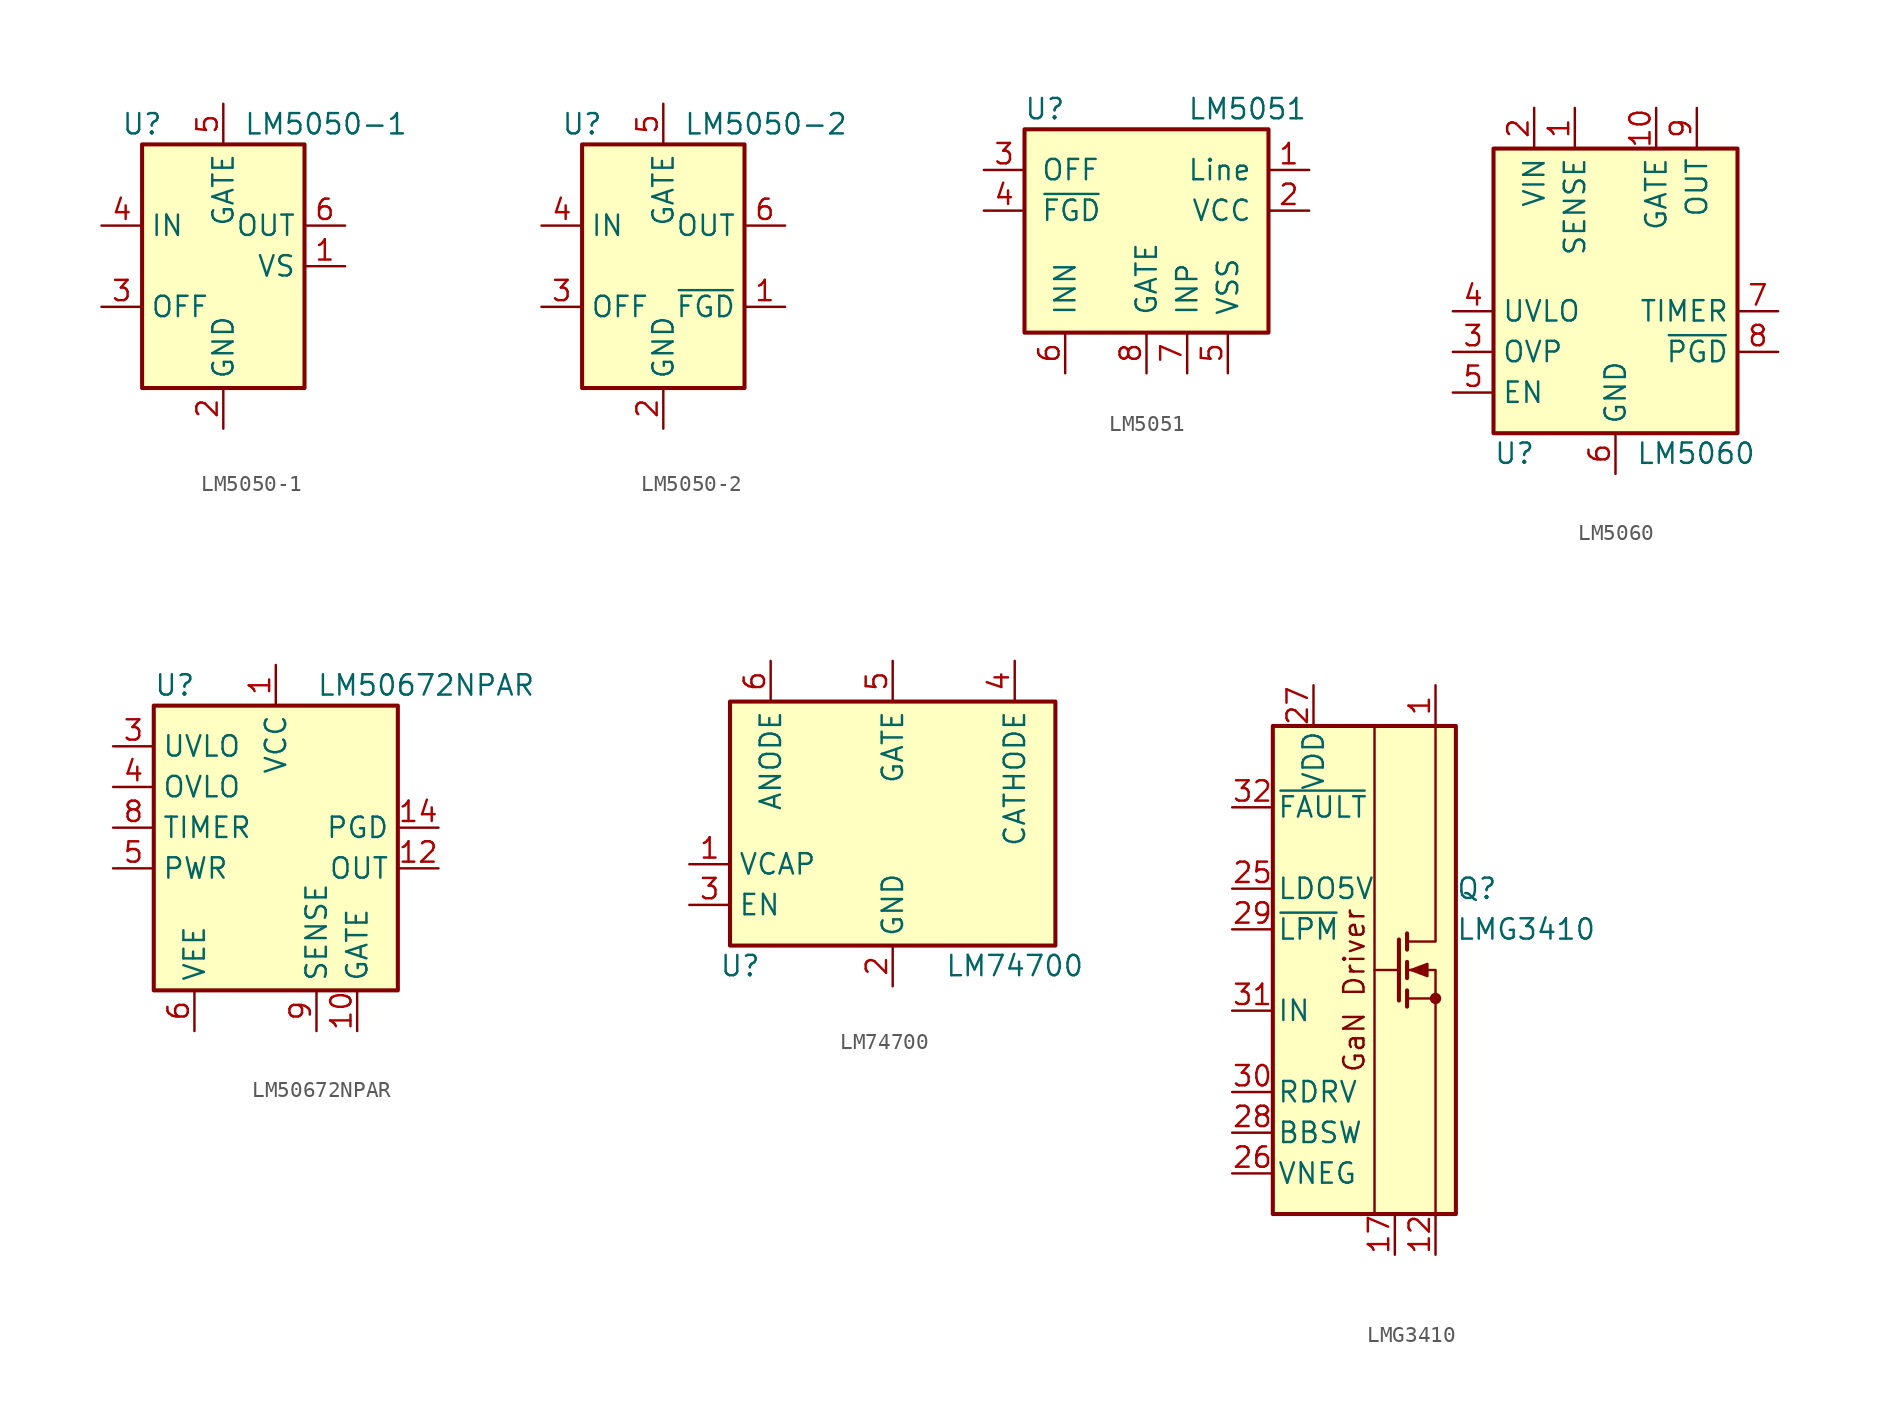
<source format=kicad_sym>
(kicad_symbol_lib
  (version 20241209)
  (generator "kicad_symbol_editor")
  (generator_version "9.0")
  (symbol "LM5050-1"
    (property "Reference" "U"
      (at -5.08 8.89 0)
      (effects (font (size 1.27 1.27))))
    (property "Value" "LM5050-1"
      (at 1.27 8.89 0)
      (effects (font (size 1.27 1.27)) (justify left)))
    (symbol "LM5050-1_0_1"
      (rectangle (start -5.08 7.62) (end 5.08 -7.62) (stroke (width 0.254) (type default)) (fill (type background))))
    (symbol "LM5050-1_1_1"
      (pin input line (at -7.62 2.54 0) (length 2.54) (name "IN" (effects (font (size 1.27 1.27)))) (number "4" (effects (font (size 1.27 1.27)))))
      (pin input line (at -7.62 -2.54 0) (length 2.54) (name "OFF" (effects (font (size 1.27 1.27)))) (number "3" (effects (font (size 1.27 1.27)))))
      (pin output line (at 0 10.16 270) (length 2.54) (name "GATE" (effects (font (size 1.27 1.27)))) (number "5" (effects (font (size 1.27 1.27)))))
      (pin power_in line (at 0 -10.16 90) (length 2.54) (name "GND" (effects (font (size 1.27 1.27)))) (number "2" (effects (font (size 1.27 1.27)))))
      (pin input line (at 7.62 2.54 180) (length 2.54) (name "OUT" (effects (font (size 1.27 1.27)))) (number "6" (effects (font (size 1.27 1.27)))))
      (pin passive line (at 7.62 0 180) (length 2.54) (name "VS" (effects (font (size 1.27 1.27)))) (number "1" (effects (font (size 1.27 1.27)))))))
  (symbol "LM5050-2"
    (property "Reference" "U"
      (at -5.08 8.89 0)
      (effects (font (size 1.27 1.27))))
    (property "Value" "LM5050-2"
      (at 1.27 8.89 0)
      (effects (font (size 1.27 1.27)) (justify left)))
    (symbol "LM5050-2_0_1"
      (rectangle (start -5.08 7.62) (end 5.08 -7.62) (stroke (width 0.254) (type default)) (fill (type background))))
    (symbol "LM5050-2_1_1"
      (pin input line (at -7.62 2.54 0) (length 2.54) (name "IN" (effects (font (size 1.27 1.27)))) (number "4" (effects (font (size 1.27 1.27)))))
      (pin input line (at -7.62 -2.54 0) (length 2.54) (name "OFF" (effects (font (size 1.27 1.27)))) (number "3" (effects (font (size 1.27 1.27)))))
      (pin output line (at 0 10.16 270) (length 2.54) (name "GATE" (effects (font (size 1.27 1.27)))) (number "5" (effects (font (size 1.27 1.27)))))
      (pin power_in line (at 0 -10.16 90) (length 2.54) (name "GND" (effects (font (size 1.27 1.27)))) (number "2" (effects (font (size 1.27 1.27)))))
      (pin input line (at 7.62 2.54 180) (length 2.54) (name "OUT" (effects (font (size 1.27 1.27)))) (number "6" (effects (font (size 1.27 1.27)))))
      (pin open_collector line (at 7.62 -2.54 180) (length 2.54) (name "~{FGD}" (effects (font (size 1.27 1.27)))) (number "1" (effects (font (size 1.27 1.27)))))))
  (symbol "LM5051"
    (pin_names
      (offset 1.016))
    (property "Reference" "U"
      (at -6.35 6.35 0)
      (effects (font (size 1.27 1.27))))
    (property "Value" "LM5051"
      (at 2.54 6.35 0)
      (effects (font (size 1.27 1.27)) (justify left)))
    (symbol "LM5051_0_1"
      (rectangle (start -7.62 5.08) (end 7.62 -7.62) (stroke (width 0.254) (type default)) (fill (type background))))
    (symbol "LM5051_1_1"
      (pin input line (at -10.16 2.54 0) (length 2.54) (name "OFF" (effects (font (size 1.27 1.27)))) (number "3" (effects (font (size 1.27 1.27)))))
      (pin open_collector line (at -10.16 0 0) (length 2.54) (name "~{FGD}" (effects (font (size 1.27 1.27)))) (number "4" (effects (font (size 1.27 1.27)))))
      (pin input line (at -5.08 -10.16 90) (length 2.54) (name "INN" (effects (font (size 1.27 1.27)))) (number "6" (effects (font (size 1.27 1.27)))))
      (pin output line (at 0 -10.16 90) (length 2.54) (name "GATE" (effects (font (size 1.27 1.27)))) (number "8" (effects (font (size 1.27 1.27)))))
      (pin power_in line (at 2.54 -10.16 90) (length 2.54) (name "INP" (effects (font (size 1.27 1.27)))) (number "7" (effects (font (size 1.27 1.27)))))
      (pin power_in line (at 5.08 -10.16 90) (length 2.54) (name "VSS" (effects (font (size 1.27 1.27)))) (number "5" (effects (font (size 1.27 1.27)))))
      (pin power_in line (at 10.16 2.54 180) (length 2.54) (name "Line" (effects (font (size 1.27 1.27)))) (number "1" (effects (font (size 1.27 1.27)))))
      (pin passive line (at 10.16 0 180) (length 2.54) (name "VCC" (effects (font (size 1.27 1.27)))) (number "2" (effects (font (size 1.27 1.27)))))))
  (symbol "LM5060"
    (property "Reference" "U"
      (at -7.62 -11.43 0)
      (effects (font (size 1.27 1.27)) (justify left)))
    (property "Value" "LM5060"
      (at 1.27 -11.43 0)
      (effects (font (size 1.27 1.27)) (justify left)))
    (symbol "LM5060_0_1"
      (rectangle (start 7.62 7.62) (end -7.62 -10.16) (stroke (width 0.254) (type default)) (fill (type background))))
    (symbol "LM5060_1_0"
      (pin power_in line (at 0 -12.7 90) (length 2.54) (name "GND" (effects (font (size 1.27 1.27)))) (number "6" (effects (font (size 1.27 1.27))))))
    (symbol "LM5060_1_1"
      (pin input line (at -10.16 -2.54 0) (length 2.54) (name "UVLO" (effects (font (size 1.27 1.27)))) (number "4" (effects (font (size 1.27 1.27)))))
      (pin input line (at -10.16 -5.08 0) (length 2.54) (name "OVP" (effects (font (size 1.27 1.27)))) (number "3" (effects (font (size 1.27 1.27)))))
      (pin input line (at -10.16 -7.62 0) (length 2.54) (name "EN" (effects (font (size 1.27 1.27)))) (number "5" (effects (font (size 1.27 1.27)))))
      (pin power_in line (at -5.08 10.16 270) (length 2.54) (name "VIN" (effects (font (size 1.27 1.27)))) (number "2" (effects (font (size 1.27 1.27)))))
      (pin input line (at -2.54 10.16 270) (length 2.54) (name "SENSE" (effects (font (size 1.27 1.27)))) (number "1" (effects (font (size 1.27 1.27)))))
      (pin output line (at 2.54 10.16 270) (length 2.54) (name "GATE" (effects (font (size 1.27 1.27)))) (number "10" (effects (font (size 1.27 1.27)))))
      (pin input line (at 5.08 10.16 270) (length 2.54) (name "OUT" (effects (font (size 1.27 1.27)))) (number "9" (effects (font (size 1.27 1.27)))))
      (pin input line (at 10.16 -2.54 180) (length 2.54) (name "TIMER" (effects (font (size 1.27 1.27)))) (number "7" (effects (font (size 1.27 1.27)))))
      (pin open_collector line (at 10.16 -5.08 180) (length 2.54) (name "~{PGD}" (effects (font (size 1.27 1.27)))) (number "8" (effects (font (size 1.27 1.27)))))))
  (symbol "LM50672NPAR"
    (property "Reference" "U"
      (at -7.62 8.89 0)
      (effects (font (size 1.27 1.27)) (justify left)))
    (property "Value" "LM50672NPAR"
      (at 2.54 8.89 0)
      (effects (font (size 1.27 1.27)) (justify left)))
    (symbol "LM50672NPAR_0_1"
      (rectangle (start -7.62 7.62) (end 7.62 -10.16) (stroke (width 0.254) (type default)) (fill (type background))))
    (symbol "LM50672NPAR_1_0"
      (pin power_in line (at -5.08 -12.7 90) (length 2.54) (name "VEE" (effects (font (size 1.27 1.27)))) (number "6" (effects (font (size 1.27 1.27))))))
    (symbol "LM50672NPAR_1_1"
      (pin input line (at -10.16 5.08 0) (length 2.54) (name "UVLO" (effects (font (size 1.27 1.27)))) (number "3" (effects (font (size 1.27 1.27)))))
      (pin input line (at -10.16 2.54 0) (length 2.54) (name "OVLO" (effects (font (size 1.27 1.27)))) (number "4" (effects (font (size 1.27 1.27)))))
      (pin input line (at -10.16 0 0) (length 2.54) (name "TIMER" (effects (font (size 1.27 1.27)))) (number "8" (effects (font (size 1.27 1.27)))))
      (pin input line (at -10.16 -2.54 0) (length 2.54) (name "PWR" (effects (font (size 1.27 1.27)))) (number "5" (effects (font (size 1.27 1.27)))))
      (pin power_in line (at 0 10.16 270) (length 2.54) (name "VCC" (effects (font (size 1.27 1.27)))) (number "1" (effects (font (size 1.27 1.27)))))
      (pin input line (at 2.54 -12.7 90) (length 2.54) (name "SENSE" (effects (font (size 1.27 1.27)))) (number "9" (effects (font (size 1.27 1.27)))))
      (pin output line (at 5.08 -12.7 90) (length 2.54) (name "GATE" (effects (font (size 1.27 1.27)))) (number "10" (effects (font (size 1.27 1.27)))))
      (pin open_collector line (at 10.16 0 180) (length 2.54) (name "PGD" (effects (font (size 1.27 1.27)))) (number "14" (effects (font (size 1.27 1.27)))))
      (pin input line (at 10.16 -2.54 180) (length 2.54) (name "OUT" (effects (font (size 1.27 1.27)))) (number "12" (effects (font (size 1.27 1.27)))))))
  (symbol "LM74700"
    (property "Reference" "U"
      (at -9.525 -8.89 0)
      (effects (font (size 1.27 1.27))))
    (property "Value" "LM74700"
      (at 7.62 -8.89 0)
      (effects (font (size 1.27 1.27))))
    (symbol "LM74700_0_1"
      (rectangle (start -10.16 7.62) (end 10.16 -7.62) (stroke (width 0.254) (type default)) (fill (type background))))
    (symbol "LM74700_1_1"
      (pin passive line (at -12.7 -2.54 0) (length 2.54) (name "VCAP" (effects (font (size 1.27 1.27)))) (number "1" (effects (font (size 1.27 1.27)))))
      (pin input line (at -12.7 -5.08 0) (length 2.54) (name "EN" (effects (font (size 1.27 1.27)))) (number "3" (effects (font (size 1.27 1.27)))))
      (pin power_in line (at -7.62 10.16 270) (length 2.54) (name "ANODE" (effects (font (size 1.27 1.27)))) (number "6" (effects (font (size 1.27 1.27)))))
      (pin output line (at 0 10.16 270) (length 2.54) (name "GATE" (effects (font (size 1.27 1.27)))) (number "5" (effects (font (size 1.27 1.27)))))
      (pin power_in line (at 0 -10.16 90) (length 2.54) (name "GND" (effects (font (size 1.27 1.27)))) (number "2" (effects (font (size 1.27 1.27)))))
      (pin input line (at 7.62 10.16 270) (length 2.54) (name "CATHODE" (effects (font (size 1.27 1.27)))) (number "4" (effects (font (size 1.27 1.27)))))))
  (symbol "LMG3410"
    (pin_names
      (offset 0.254))
    (property "Reference" "Q"
      (at 6.35 5.08 0)
      (effects (font (size 1.27 1.27)) (justify left)))
    (property "Value" "LMG3410"
      (at 6.35 2.54 0)
      (effects (font (size 1.27 1.27)) (justify left)))
    (symbol "LMG3410_0_1"
      (rectangle (start -5.08 15.24) (end 6.35 -15.24) (stroke (width 0.254) (type default)) (fill (type background)))
      (polyline (pts (xy 1.27 15.24) (xy 1.27 -15.24)) (stroke (width 0) (type default)) (fill (type none)))
      (polyline (pts (xy 1.27 0) (xy 2.794 0)) (stroke (width 0) (type default)) (fill (type none)))
      (polyline (pts (xy 2.794 1.905) (xy 2.794 -1.905) (xy 2.794 -1.905)) (stroke (width 0.254) (type default)) (fill (type none)))
      (polyline (pts (xy 3.302 2.286) (xy 3.302 1.27)) (stroke (width 0.254) (type default)) (fill (type none)))
      (polyline (pts (xy 3.302 0.508) (xy 3.302 -0.508)) (stroke (width 0.254) (type default)) (fill (type none)))
      (polyline (pts (xy 3.302 0) (xy 5.08 0) (xy 5.08 -15.24)) (stroke (width 0) (type default)) (fill (type none)))
      (polyline (pts (xy 3.302 -1.27) (xy 3.302 -2.286)) (stroke (width 0.254) (type default)) (fill (type none)))
      (polyline (pts (xy 3.302 -1.778) (xy 5.08 -1.778)) (stroke (width 0) (type default)) (fill (type none)))
      (polyline (pts (xy 3.556 0) (xy 4.572 0.381) (xy 4.572 -0.381) (xy 3.556 0)) (stroke (width 0) (type default)) (fill (type outline)))
      (polyline (pts (xy 5.08 15.24) (xy 5.08 1.778) (xy 3.302 1.778)) (stroke (width 0) (type default)) (fill (type none)))
      (circle (center 5.08 -1.778) (radius 0.279) (stroke (width 0) (type default)) (fill (type outline))))
    (symbol "LMG3410_1_0"
      (text "GaN Driver" (at 0 -1.27 900) (effects (font (size 1.27 1.27)))))
    (symbol "LMG3410_1_1"
      (pin output line (at -7.62 10.16 0) (length 2.54) (name "~{FAULT}" (effects (font (size 1.27 1.27)))) (number "32" (effects (font (size 1.27 1.27)))))
      (pin power_out line (at -7.62 5.08 0) (length 2.54) (name "LDO5V" (effects (font (size 1.27 1.27)))) (number "25" (effects (font (size 1.27 1.27)))))
      (pin input line (at -7.62 2.54 0) (length 2.54) (name "~{LPM}" (effects (font (size 1.27 1.27)))) (number "29" (effects (font (size 1.27 1.27)))))
      (pin input line (at -7.62 -2.54 0) (length 2.54) (name "IN" (effects (font (size 1.27 1.27)))) (number "31" (effects (font (size 1.27 1.27)))))
      (pin passive line (at -7.62 -7.62 0) (length 2.54) (name "RDRV" (effects (font (size 1.27 1.27)))) (number "30" (effects (font (size 1.27 1.27)))))
      (pin passive line (at -7.62 -10.16 0) (length 2.54) (name "BBSW" (effects (font (size 1.27 1.27)))) (number "28" (effects (font (size 1.27 1.27)))))
      (pin power_in line (at -7.62 -12.7 0) (length 2.54) (name "VNEG" (effects (font (size 1.27 1.27)))) (number "26" (effects (font (size 1.27 1.27)))))
      (pin power_in line (at -2.54 17.78 270) (length 2.54) (name "VDD" (effects (font (size 1.27 1.27)))) (number "27" (effects (font (size 1.27 1.27)))))
      (pin passive line (at 2.54 -17.78 90) (length 2.54) (name "~" (effects (font (size 1.27 1.27)))) (number "17" (effects (font (size 1.27 1.27)))))
      (pin passive line (at 5.08 17.78 270) (length 2.54) (name "~" (effects (font (size 1.27 1.27)))) (number "1" (effects (font (size 1.27 1.27)))))
      (pin passive line (at 5.08 17.78 270) (length 2.54) (hide yes) (name "~" (effects (font (size 1.27 1.27)))) (number "10" (effects (font (size 1.27 1.27)))))
      (pin passive line (at 5.08 17.78 270) (length 2.54) (hide yes) (name "~" (effects (font (size 1.27 1.27)))) (number "11" (effects (font (size 1.27 1.27)))))
      (pin passive line (at 5.08 17.78 270) (length 2.54) (hide yes) (name "~" (effects (font (size 1.27 1.27)))) (number "2" (effects (font (size 1.27 1.27)))))
      (pin passive line (at 5.08 17.78 270) (length 2.54) (hide yes) (name "~" (effects (font (size 1.27 1.27)))) (number "3" (effects (font (size 1.27 1.27)))))
      (pin passive line (at 5.08 17.78 270) (length 2.54) (hide yes) (name "~" (effects (font (size 1.27 1.27)))) (number "4" (effects (font (size 1.27 1.27)))))
      (pin passive line (at 5.08 17.78 270) (length 2.54) (hide yes) (name "~" (effects (font (size 1.27 1.27)))) (number "5" (effects (font (size 1.27 1.27)))))
      (pin passive line (at 5.08 17.78 270) (length 2.54) (hide yes) (name "~" (effects (font (size 1.27 1.27)))) (number "6" (effects (font (size 1.27 1.27)))))
      (pin passive line (at 5.08 17.78 270) (length 2.54) (hide yes) (name "~" (effects (font (size 1.27 1.27)))) (number "7" (effects (font (size 1.27 1.27)))))
      (pin passive line (at 5.08 17.78 270) (length 2.54) (hide yes) (name "~" (effects (font (size 1.27 1.27)))) (number "8" (effects (font (size 1.27 1.27)))))
      (pin passive line (at 5.08 17.78 270) (length 2.54) (hide yes) (name "~" (effects (font (size 1.27 1.27)))) (number "9" (effects (font (size 1.27 1.27)))))
      (pin passive line (at 5.08 -17.78 90) (length 2.54) (name "~" (effects (font (size 1.27 1.27)))) (number "12" (effects (font (size 1.27 1.27)))))
      (pin passive line (at 5.08 -17.78 90) (length 2.54) (hide yes) (name "~" (effects (font (size 1.27 1.27)))) (number "13" (effects (font (size 1.27 1.27)))))
      (pin passive line (at 5.08 -17.78 90) (length 2.54) (hide yes) (name "~" (effects (font (size 1.27 1.27)))) (number "14" (effects (font (size 1.27 1.27)))))
      (pin passive line (at 5.08 -17.78 90) (length 2.54) (hide yes) (name "~" (effects (font (size 1.27 1.27)))) (number "15" (effects (font (size 1.27 1.27)))))
      (pin passive line (at 5.08 -17.78 90) (length 2.54) (hide yes) (name "~" (effects (font (size 1.27 1.27)))) (number "16" (effects (font (size 1.27 1.27)))))
      (pin passive line (at 5.08 -17.78 90) (length 2.54) (hide yes) (name "~" (effects (font (size 1.27 1.27)))) (number "18" (effects (font (size 1.27 1.27)))))
      (pin passive line (at 5.08 -17.78 90) (length 2.54) (hide yes) (name "~" (effects (font (size 1.27 1.27)))) (number "19" (effects (font (size 1.27 1.27)))))
      (pin passive line (at 5.08 -17.78 90) (length 2.54) (hide yes) (name "~" (effects (font (size 1.27 1.27)))) (number "20" (effects (font (size 1.27 1.27)))))
      (pin passive line (at 5.08 -17.78 90) (length 2.54) (hide yes) (name "~" (effects (font (size 1.27 1.27)))) (number "21" (effects (font (size 1.27 1.27)))))
      (pin passive line (at 5.08 -17.78 90) (length 2.54) (hide yes) (name "~" (effects (font (size 1.27 1.27)))) (number "22" (effects (font (size 1.27 1.27)))))
      (pin passive line (at 5.08 -17.78 90) (length 2.54) (hide yes) (name "~" (effects (font (size 1.27 1.27)))) (number "23" (effects (font (size 1.27 1.27)))))
      (pin passive line (at 5.08 -17.78 90) (length 2.54) (hide yes) (name "~" (effects (font (size 1.27 1.27)))) (number "24" (effects (font (size 1.27 1.27)))))
      (pin passive line (at 5.08 -17.78 90) (length 2.54) (hide yes) (name "~" (effects (font (size 1.27 1.27)))) (number "33" (effects (font (size 1.27 1.27))))))))
</source>
